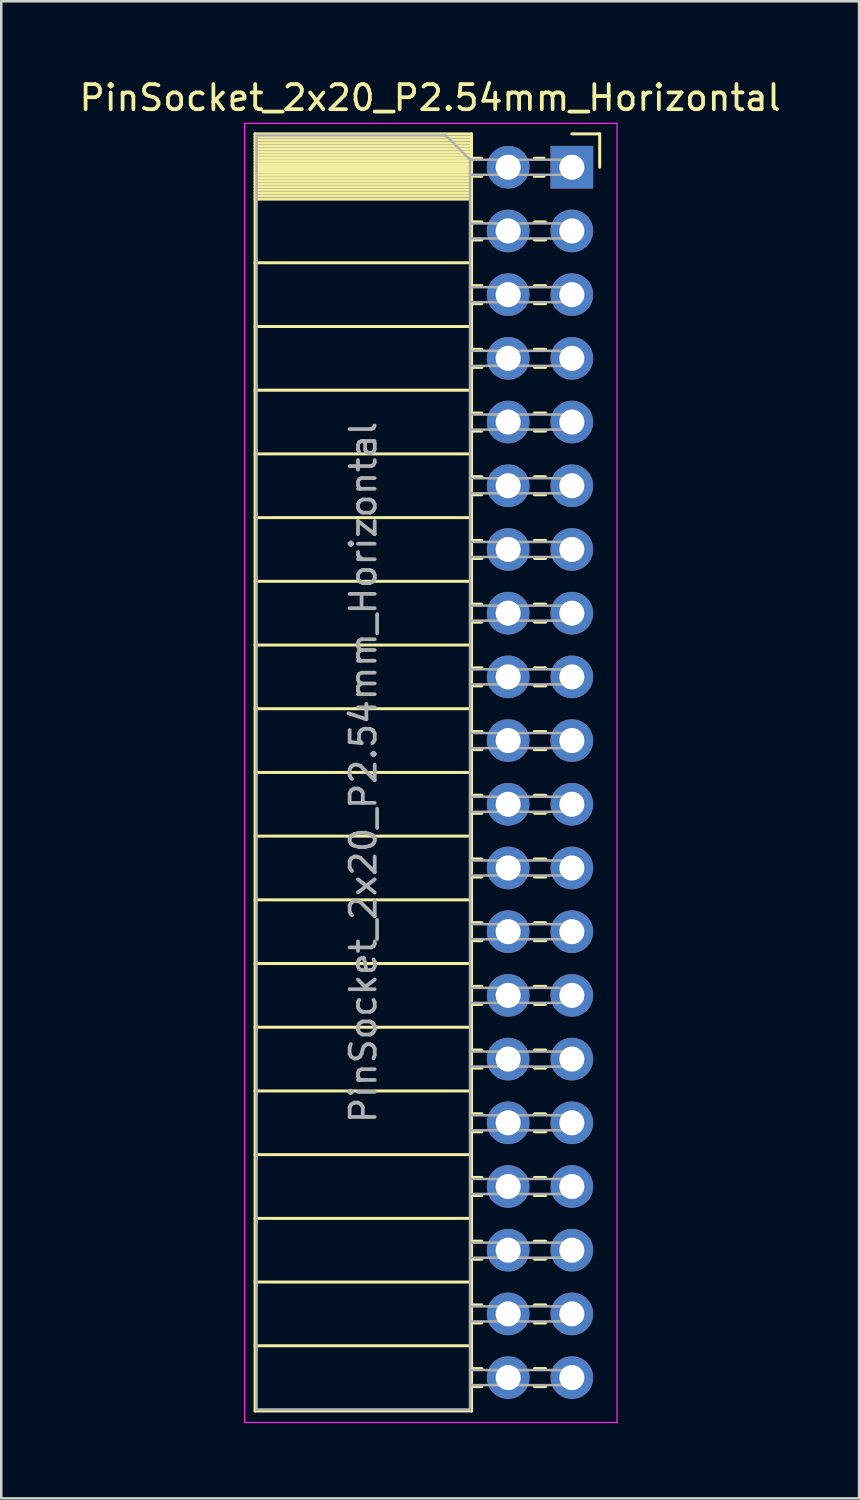
<source format=kicad_pcb>
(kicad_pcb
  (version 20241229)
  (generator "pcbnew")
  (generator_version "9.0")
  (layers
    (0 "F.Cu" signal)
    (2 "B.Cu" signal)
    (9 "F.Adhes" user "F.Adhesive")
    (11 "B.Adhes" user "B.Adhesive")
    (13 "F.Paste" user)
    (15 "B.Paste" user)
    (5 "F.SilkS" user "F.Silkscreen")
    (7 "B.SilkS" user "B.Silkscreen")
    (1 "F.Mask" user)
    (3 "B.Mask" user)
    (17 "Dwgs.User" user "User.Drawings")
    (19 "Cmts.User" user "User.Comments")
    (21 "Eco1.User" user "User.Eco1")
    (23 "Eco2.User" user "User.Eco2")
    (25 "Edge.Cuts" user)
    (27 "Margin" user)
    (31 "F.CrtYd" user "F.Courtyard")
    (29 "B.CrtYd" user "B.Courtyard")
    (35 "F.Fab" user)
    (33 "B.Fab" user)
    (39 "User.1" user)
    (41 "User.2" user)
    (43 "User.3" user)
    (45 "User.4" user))
  (footprint "PinSocket_2x20_P2.54mm_Horizontal"
    (layer "F.Cu")
    (at 19.751 3.618)
    (property "Reference" "PinSocket_2x20_P2.54mm_Horizontal" (at -5.65 -2.77 0) (layer "F.SilkS") (effects (font (size 1 1) (thickness 0.15))))
    (attr through_hole)
    (fp_line (start -12.63 -1.33) (end -12.63 49.59) (stroke (width 0.12) (type solid)) (layer "F.SilkS"))
    (fp_line (start -12.63 -1.33) (end -4 -1.33) (stroke (width 0.12) (type solid)) (layer "F.SilkS"))
    (fp_line (start -12.63 -1.21) (end -4 -1.21) (stroke (width 0.12) (type solid)) (layer "F.SilkS"))
    (fp_line (start -12.63 -1.092) (end -4 -1.092) (stroke (width 0.12) (type solid)) (layer "F.SilkS"))
    (fp_line (start -12.63 -0.974) (end -4 -0.974) (stroke (width 0.12) (type solid)) (layer "F.SilkS"))
    (fp_line (start -12.63 -0.856) (end -4 -0.856) (stroke (width 0.12) (type solid)) (layer "F.SilkS"))
    (fp_line (start -12.63 -0.738) (end -4 -0.738) (stroke (width 0.12) (type solid)) (layer "F.SilkS"))
    (fp_line (start -12.63 -0.62) (end -4 -0.62) (stroke (width 0.12) (type solid)) (layer "F.SilkS"))
    (fp_line (start -12.63 -0.501) (end -4 -0.501) (stroke (width 0.12) (type solid)) (layer "F.SilkS"))
    (fp_line (start -12.63 -0.383) (end -4 -0.383) (stroke (width 0.12) (type solid)) (layer "F.SilkS"))
    (fp_line (start -12.63 -0.265) (end -4 -0.265) (stroke (width 0.12) (type solid)) (layer "F.SilkS"))
    (fp_line (start -12.63 -0.147) (end -4 -0.147) (stroke (width 0.12) (type solid)) (layer "F.SilkS"))
    (fp_line (start -12.63 -0.029) (end -4 -0.029) (stroke (width 0.12) (type solid)) (layer "F.SilkS"))
    (fp_line (start -12.63 0.089) (end -4 0.089) (stroke (width 0.12) (type solid)) (layer "F.SilkS"))
    (fp_line (start -12.63 0.207) (end -4 0.207) (stroke (width 0.12) (type solid)) (layer "F.SilkS"))
    (fp_line (start -12.63 0.325) (end -4 0.325) (stroke (width 0.12) (type solid)) (layer "F.SilkS"))
    (fp_line (start -12.63 0.443) (end -4 0.443) (stroke (width 0.12) (type solid)) (layer "F.SilkS"))
    (fp_line (start -12.63 0.561) (end -4 0.561) (stroke (width 0.12) (type solid)) (layer "F.SilkS"))
    (fp_line (start -12.63 0.68) (end -4 0.68) (stroke (width 0.12) (type solid)) (layer "F.SilkS"))
    (fp_line (start -12.63 0.798) (end -4 0.798) (stroke (width 0.12) (type solid)) (layer "F.SilkS"))
    (fp_line (start -12.63 0.916) (end -4 0.916) (stroke (width 0.12) (type solid)) (layer "F.SilkS"))
    (fp_line (start -12.63 1.034) (end -4 1.034) (stroke (width 0.12) (type solid)) (layer "F.SilkS"))
    (fp_line (start -12.63 1.152) (end -4 1.152) (stroke (width 0.12) (type solid)) (layer "F.SilkS"))
    (fp_line (start -12.63 1.27) (end -4 1.27) (stroke (width 0.12) (type solid)) (layer "F.SilkS"))
    (fp_line (start -12.63 3.81) (end -4 3.81) (stroke (width 0.12) (type solid)) (layer "F.SilkS"))
    (fp_line (start -12.63 6.35) (end -4 6.35) (stroke (width 0.12) (type solid)) (layer "F.SilkS"))
    (fp_line (start -12.63 8.89) (end -4 8.89) (stroke (width 0.12) (type solid)) (layer "F.SilkS"))
    (fp_line (start -12.63 11.43) (end -4 11.43) (stroke (width 0.12) (type solid)) (layer "F.SilkS"))
    (fp_line (start -12.63 13.97) (end -4 13.97) (stroke (width 0.12) (type solid)) (layer "F.SilkS"))
    (fp_line (start -12.63 16.51) (end -4 16.51) (stroke (width 0.12) (type solid)) (layer "F.SilkS"))
    (fp_line (start -12.63 19.05) (end -4 19.05) (stroke (width 0.12) (type solid)) (layer "F.SilkS"))
    (fp_line (start -12.63 21.59) (end -4 21.59) (stroke (width 0.12) (type solid)) (layer "F.SilkS"))
    (fp_line (start -12.63 24.13) (end -4 24.13) (stroke (width 0.12) (type solid)) (layer "F.SilkS"))
    (fp_line (start -12.63 26.67) (end -4 26.67) (stroke (width 0.12) (type solid)) (layer "F.SilkS"))
    (fp_line (start -12.63 29.21) (end -4 29.21) (stroke (width 0.12) (type solid)) (layer "F.SilkS"))
    (fp_line (start -12.63 31.75) (end -4 31.75) (stroke (width 0.12) (type solid)) (layer "F.SilkS"))
    (fp_line (start -12.63 34.29) (end -4 34.29) (stroke (width 0.12) (type solid)) (layer "F.SilkS"))
    (fp_line (start -12.63 36.83) (end -4 36.83) (stroke (width 0.12) (type solid)) (layer "F.SilkS"))
    (fp_line (start -12.63 39.37) (end -4 39.37) (stroke (width 0.12) (type solid)) (layer "F.SilkS"))
    (fp_line (start -12.63 41.91) (end -4 41.91) (stroke (width 0.12) (type solid)) (layer "F.SilkS"))
    (fp_line (start -12.63 44.45) (end -4 44.45) (stroke (width 0.12) (type solid)) (layer "F.SilkS"))
    (fp_line (start -12.63 46.99) (end -4 46.99) (stroke (width 0.12) (type solid)) (layer "F.SilkS"))
    (fp_line (start -12.63 49.59) (end -4 49.59) (stroke (width 0.12) (type solid)) (layer "F.SilkS"))
    (fp_line (start -4 -1.33) (end -4 49.59) (stroke (width 0.12) (type solid)) (layer "F.SilkS"))
    (fp_line (start -4 -0.36) (end -3.59 -0.36) (stroke (width 0.12) (type solid)) (layer "F.SilkS"))
    (fp_line (start -4 0.36) (end -3.59 0.36) (stroke (width 0.12) (type solid)) (layer "F.SilkS"))
    (fp_line (start -4 2.18) (end -3.59 2.18) (stroke (width 0.12) (type solid)) (layer "F.SilkS"))
    (fp_line (start -4 2.9) (end -3.59 2.9) (stroke (width 0.12) (type solid)) (layer "F.SilkS"))
    (fp_line (start -4 4.72) (end -3.59 4.72) (stroke (width 0.12) (type solid)) (layer "F.SilkS"))
    (fp_line (start -4 5.44) (end -3.59 5.44) (stroke (width 0.12) (type solid)) (layer "F.SilkS"))
    (fp_line (start -4 7.26) (end -3.59 7.26) (stroke (width 0.12) (type solid)) (layer "F.SilkS"))
    (fp_line (start -4 7.98) (end -3.59 7.98) (stroke (width 0.12) (type solid)) (layer "F.SilkS"))
    (fp_line (start -4 9.8) (end -3.59 9.8) (stroke (width 0.12) (type solid)) (layer "F.SilkS"))
    (fp_line (start -4 10.52) (end -3.59 10.52) (stroke (width 0.12) (type solid)) (layer "F.SilkS"))
    (fp_line (start -4 12.34) (end -3.59 12.34) (stroke (width 0.12) (type solid)) (layer "F.SilkS"))
    (fp_line (start -4 13.06) (end -3.59 13.06) (stroke (width 0.12) (type solid)) (layer "F.SilkS"))
    (fp_line (start -4 14.88) (end -3.59 14.88) (stroke (width 0.12) (type solid)) (layer "F.SilkS"))
    (fp_line (start -4 15.6) (end -3.59 15.6) (stroke (width 0.12) (type solid)) (layer "F.SilkS"))
    (fp_line (start -4 17.42) (end -3.59 17.42) (stroke (width 0.12) (type solid)) (layer "F.SilkS"))
    (fp_line (start -4 18.14) (end -3.59 18.14) (stroke (width 0.12) (type solid)) (layer "F.SilkS"))
    (fp_line (start -4 19.96) (end -3.59 19.96) (stroke (width 0.12) (type solid)) (layer "F.SilkS"))
    (fp_line (start -4 20.68) (end -3.59 20.68) (stroke (width 0.12) (type solid)) (layer "F.SilkS"))
    (fp_line (start -4 22.5) (end -3.59 22.5) (stroke (width 0.12) (type solid)) (layer "F.SilkS"))
    (fp_line (start -4 23.22) (end -3.59 23.22) (stroke (width 0.12) (type solid)) (layer "F.SilkS"))
    (fp_line (start -4 25.04) (end -3.59 25.04) (stroke (width 0.12) (type solid)) (layer "F.SilkS"))
    (fp_line (start -4 25.76) (end -3.59 25.76) (stroke (width 0.12) (type solid)) (layer "F.SilkS"))
    (fp_line (start -4 27.58) (end -3.59 27.58) (stroke (width 0.12) (type solid)) (layer "F.SilkS"))
    (fp_line (start -4 28.3) (end -3.59 28.3) (stroke (width 0.12) (type solid)) (layer "F.SilkS"))
    (fp_line (start -4 30.12) (end -3.59 30.12) (stroke (width 0.12) (type solid)) (layer "F.SilkS"))
    (fp_line (start -4 30.84) (end -3.59 30.84) (stroke (width 0.12) (type solid)) (layer "F.SilkS"))
    (fp_line (start -4 32.66) (end -3.59 32.66) (stroke (width 0.12) (type solid)) (layer "F.SilkS"))
    (fp_line (start -4 33.38) (end -3.59 33.38) (stroke (width 0.12) (type solid)) (layer "F.SilkS"))
    (fp_line (start -4 35.2) (end -3.59 35.2) (stroke (width 0.12) (type solid)) (layer "F.SilkS"))
    (fp_line (start -4 35.92) (end -3.59 35.92) (stroke (width 0.12) (type solid)) (layer "F.SilkS"))
    (fp_line (start -4 37.74) (end -3.59 37.74) (stroke (width 0.12) (type solid)) (layer "F.SilkS"))
    (fp_line (start -4 38.46) (end -3.59 38.46) (stroke (width 0.12) (type solid)) (layer "F.SilkS"))
    (fp_line (start -4 40.28) (end -3.59 40.28) (stroke (width 0.12) (type solid)) (layer "F.SilkS"))
    (fp_line (start -4 41) (end -3.59 41) (stroke (width 0.12) (type solid)) (layer "F.SilkS"))
    (fp_line (start -4 42.82) (end -3.59 42.82) (stroke (width 0.12) (type solid)) (layer "F.SilkS"))
    (fp_line (start -4 43.54) (end -3.59 43.54) (stroke (width 0.12) (type solid)) (layer "F.SilkS"))
    (fp_line (start -4 45.36) (end -3.59 45.36) (stroke (width 0.12) (type solid)) (layer "F.SilkS"))
    (fp_line (start -4 46.08) (end -3.59 46.08) (stroke (width 0.12) (type solid)) (layer "F.SilkS"))
    (fp_line (start -4 47.9) (end -3.59 47.9) (stroke (width 0.12) (type solid)) (layer "F.SilkS"))
    (fp_line (start -4 48.62) (end -3.59 48.62) (stroke (width 0.12) (type solid)) (layer "F.SilkS"))
    (fp_line (start -1.49 -0.36) (end -1.11 -0.36) (stroke (width 0.12) (type solid)) (layer "F.SilkS"))
    (fp_line (start -1.49 0.36) (end -1.11 0.36) (stroke (width 0.12) (type solid)) (layer "F.SilkS"))
    (fp_line (start -1.49 2.18) (end -1.05 2.18) (stroke (width 0.12) (type solid)) (layer "F.SilkS"))
    (fp_line (start -1.49 2.9) (end -1.05 2.9) (stroke (width 0.12) (type solid)) (layer "F.SilkS"))
    (fp_line (start -1.49 4.72) (end -1.05 4.72) (stroke (width 0.12) (type solid)) (layer "F.SilkS"))
    (fp_line (start -1.49 5.44) (end -1.05 5.44) (stroke (width 0.12) (type solid)) (layer "F.SilkS"))
    (fp_line (start -1.49 7.26) (end -1.05 7.26) (stroke (width 0.12) (type solid)) (layer "F.SilkS"))
    (fp_line (start -1.49 7.98) (end -1.05 7.98) (stroke (width 0.12) (type solid)) (layer "F.SilkS"))
    (fp_line (start -1.49 9.8) (end -1.05 9.8) (stroke (width 0.12) (type solid)) (layer "F.SilkS"))
    (fp_line (start -1.49 10.52) (end -1.05 10.52) (stroke (width 0.12) (type solid)) (layer "F.SilkS"))
    (fp_line (start -1.49 12.34) (end -1.05 12.34) (stroke (width 0.12) (type solid)) (layer "F.SilkS"))
    (fp_line (start -1.49 13.06) (end -1.05 13.06) (stroke (width 0.12) (type solid)) (layer "F.SilkS"))
    (fp_line (start -1.49 14.88) (end -1.05 14.88) (stroke (width 0.12) (type solid)) (layer "F.SilkS"))
    (fp_line (start -1.49 15.6) (end -1.05 15.6) (stroke (width 0.12) (type solid)) (layer "F.SilkS"))
    (fp_line (start -1.49 17.42) (end -1.05 17.42) (stroke (width 0.12) (type solid)) (layer "F.SilkS"))
    (fp_line (start -1.49 18.14) (end -1.05 18.14) (stroke (width 0.12) (type solid)) (layer "F.SilkS"))
    (fp_line (start -1.49 19.96) (end -1.05 19.96) (stroke (width 0.12) (type solid)) (layer "F.SilkS"))
    (fp_line (start -1.49 20.68) (end -1.05 20.68) (stroke (width 0.12) (type solid)) (layer "F.SilkS"))
    (fp_line (start -1.49 22.5) (end -1.05 22.5) (stroke (width 0.12) (type solid)) (layer "F.SilkS"))
    (fp_line (start -1.49 23.22) (end -1.05 23.22) (stroke (width 0.12) (type solid)) (layer "F.SilkS"))
    (fp_line (start -1.49 25.04) (end -1.05 25.04) (stroke (width 0.12) (type solid)) (layer "F.SilkS"))
    (fp_line (start -1.49 25.76) (end -1.05 25.76) (stroke (width 0.12) (type solid)) (layer "F.SilkS"))
    (fp_line (start -1.49 27.58) (end -1.05 27.58) (stroke (width 0.12) (type solid)) (layer "F.SilkS"))
    (fp_line (start -1.49 28.3) (end -1.05 28.3) (stroke (width 0.12) (type solid)) (layer "F.SilkS"))
    (fp_line (start -1.49 30.12) (end -1.05 30.12) (stroke (width 0.12) (type solid)) (layer "F.SilkS"))
    (fp_line (start -1.49 30.84) (end -1.05 30.84) (stroke (width 0.12) (type solid)) (layer "F.SilkS"))
    (fp_line (start -1.49 32.66) (end -1.05 32.66) (stroke (width 0.12) (type solid)) (layer "F.SilkS"))
    (fp_line (start -1.49 33.38) (end -1.05 33.38) (stroke (width 0.12) (type solid)) (layer "F.SilkS"))
    (fp_line (start -1.49 35.2) (end -1.05 35.2) (stroke (width 0.12) (type solid)) (layer "F.SilkS"))
    (fp_line (start -1.49 35.92) (end -1.05 35.92) (stroke (width 0.12) (type solid)) (layer "F.SilkS"))
    (fp_line (start -1.49 37.74) (end -1.05 37.74) (stroke (width 0.12) (type solid)) (layer "F.SilkS"))
    (fp_line (start -1.49 38.46) (end -1.05 38.46) (stroke (width 0.12) (type solid)) (layer "F.SilkS"))
    (fp_line (start -1.49 40.28) (end -1.05 40.28) (stroke (width 0.12) (type solid)) (layer "F.SilkS"))
    (fp_line (start -1.49 41) (end -1.05 41) (stroke (width 0.12) (type solid)) (layer "F.SilkS"))
    (fp_line (start -1.49 42.82) (end -1.05 42.82) (stroke (width 0.12) (type solid)) (layer "F.SilkS"))
    (fp_line (start -1.49 43.54) (end -1.05 43.54) (stroke (width 0.12) (type solid)) (layer "F.SilkS"))
    (fp_line (start -1.49 45.36) (end -1.05 45.36) (stroke (width 0.12) (type solid)) (layer "F.SilkS"))
    (fp_line (start -1.49 46.08) (end -1.05 46.08) (stroke (width 0.12) (type solid)) (layer "F.SilkS"))
    (fp_line (start -1.49 47.9) (end -1.05 47.9) (stroke (width 0.12) (type solid)) (layer "F.SilkS"))
    (fp_line (start -1.49 48.62) (end -1.05 48.62) (stroke (width 0.12) (type solid)) (layer "F.SilkS"))
    (fp_line (start 0 -1.33) (end 1.11 -1.33) (stroke (width 0.12) (type solid)) (layer "F.SilkS"))
    (fp_line (start 1.11 -1.33) (end 1.11 0) (stroke (width 0.12) (type solid)) (layer "F.SilkS"))
    (fp_line (start -13.05 -1.75) (end -13.05 50.05) (stroke (width 0.05) (type solid)) (layer "F.CrtYd"))
    (fp_line (start -13.05 50.05) (end 1.8 50.05) (stroke (width 0.05) (type solid)) (layer "F.CrtYd"))
    (fp_line (start 1.8 -1.75) (end -13.05 -1.75) (stroke (width 0.05) (type solid)) (layer "F.CrtYd"))
    (fp_line (start 1.8 50.05) (end 1.8 -1.75) (stroke (width 0.05) (type solid)) (layer "F.CrtYd"))
    (fp_line (start -12.57 -1.27) (end -5.03 -1.27) (stroke (width 0.1) (type solid)) (layer "F.Fab"))
    (fp_line (start -12.57 49.53) (end -12.57 -1.27) (stroke (width 0.1) (type solid)) (layer "F.Fab"))
    (fp_line (start -5.03 -1.27) (end -4.06 -0.3) (stroke (width 0.1) (type solid)) (layer "F.Fab"))
    (fp_line (start -4.06 -0.3) (end -4.06 49.53) (stroke (width 0.1) (type solid)) (layer "F.Fab"))
    (fp_line (start -4.06 0.3) (end 0 0.3) (stroke (width 0.1) (type solid)) (layer "F.Fab"))
    (fp_line (start -4.06 2.84) (end 0 2.84) (stroke (width 0.1) (type solid)) (layer "F.Fab"))
    (fp_line (start -4.06 5.38) (end 0 5.38) (stroke (width 0.1) (type solid)) (layer "F.Fab"))
    (fp_line (start -4.06 7.92) (end 0 7.92) (stroke (width 0.1) (type solid)) (layer "F.Fab"))
    (fp_line (start -4.06 10.46) (end 0 10.46) (stroke (width 0.1) (type solid)) (layer "F.Fab"))
    (fp_line (start -4.06 13) (end 0 13) (stroke (width 0.1) (type solid)) (layer "F.Fab"))
    (fp_line (start -4.06 15.54) (end 0 15.54) (stroke (width 0.1) (type solid)) (layer "F.Fab"))
    (fp_line (start -4.06 18.08) (end 0 18.08) (stroke (width 0.1) (type solid)) (layer "F.Fab"))
    (fp_line (start -4.06 20.62) (end 0 20.62) (stroke (width 0.1) (type solid)) (layer "F.Fab"))
    (fp_line (start -4.06 23.16) (end 0 23.16) (stroke (width 0.1) (type solid)) (layer "F.Fab"))
    (fp_line (start -4.06 25.7) (end 0 25.7) (stroke (width 0.1) (type solid)) (layer "F.Fab"))
    (fp_line (start -4.06 28.24) (end 0 28.24) (stroke (width 0.1) (type solid)) (layer "F.Fab"))
    (fp_line (start -4.06 30.78) (end 0 30.78) (stroke (width 0.1) (type solid)) (layer "F.Fab"))
    (fp_line (start -4.06 33.32) (end 0 33.32) (stroke (width 0.1) (type solid)) (layer "F.Fab"))
    (fp_line (start -4.06 35.86) (end 0 35.86) (stroke (width 0.1) (type solid)) (layer "F.Fab"))
    (fp_line (start -4.06 38.4) (end 0 38.4) (stroke (width 0.1) (type solid)) (layer "F.Fab"))
    (fp_line (start -4.06 40.94) (end 0 40.94) (stroke (width 0.1) (type solid)) (layer "F.Fab"))
    (fp_line (start -4.06 43.48) (end 0 43.48) (stroke (width 0.1) (type solid)) (layer "F.Fab"))
    (fp_line (start -4.06 46.02) (end 0 46.02) (stroke (width 0.1) (type solid)) (layer "F.Fab"))
    (fp_line (start -4.06 48.56) (end 0 48.56) (stroke (width 0.1) (type solid)) (layer "F.Fab"))
    (fp_line (start -4.06 49.53) (end -12.57 49.53) (stroke (width 0.1) (type solid)) (layer "F.Fab"))
    (fp_line (start 0 -0.3) (end -4.06 -0.3) (stroke (width 0.1) (type solid)) (layer "F.Fab"))
    (fp_line (start 0 0.3) (end 0 -0.3) (stroke (width 0.1) (type solid)) (layer "F.Fab"))
    (fp_line (start 0 2.24) (end -4.06 2.24) (stroke (width 0.1) (type solid)) (layer "F.Fab"))
    (fp_line (start 0 2.84) (end 0 2.24) (stroke (width 0.1) (type solid)) (layer "F.Fab"))
    (fp_line (start 0 4.78) (end -4.06 4.78) (stroke (width 0.1) (type solid)) (layer "F.Fab"))
    (fp_line (start 0 5.38) (end 0 4.78) (stroke (width 0.1) (type solid)) (layer "F.Fab"))
    (fp_line (start 0 7.32) (end -4.06 7.32) (stroke (width 0.1) (type solid)) (layer "F.Fab"))
    (fp_line (start 0 7.92) (end 0 7.32) (stroke (width 0.1) (type solid)) (layer "F.Fab"))
    (fp_line (start 0 9.86) (end -4.06 9.86) (stroke (width 0.1) (type solid)) (layer "F.Fab"))
    (fp_line (start 0 10.46) (end 0 9.86) (stroke (width 0.1) (type solid)) (layer "F.Fab"))
    (fp_line (start 0 12.4) (end -4.06 12.4) (stroke (width 0.1) (type solid)) (layer "F.Fab"))
    (fp_line (start 0 13) (end 0 12.4) (stroke (width 0.1) (type solid)) (layer "F.Fab"))
    (fp_line (start 0 14.94) (end -4.06 14.94) (stroke (width 0.1) (type solid)) (layer "F.Fab"))
    (fp_line (start 0 15.54) (end 0 14.94) (stroke (width 0.1) (type solid)) (layer "F.Fab"))
    (fp_line (start 0 17.48) (end -4.06 17.48) (stroke (width 0.1) (type solid)) (layer "F.Fab"))
    (fp_line (start 0 18.08) (end 0 17.48) (stroke (width 0.1) (type solid)) (layer "F.Fab"))
    (fp_line (start 0 20.02) (end -4.06 20.02) (stroke (width 0.1) (type solid)) (layer "F.Fab"))
    (fp_line (start 0 20.62) (end 0 20.02) (stroke (width 0.1) (type solid)) (layer "F.Fab"))
    (fp_line (start 0 22.56) (end -4.06 22.56) (stroke (width 0.1) (type solid)) (layer "F.Fab"))
    (fp_line (start 0 23.16) (end 0 22.56) (stroke (width 0.1) (type solid)) (layer "F.Fab"))
    (fp_line (start 0 25.1) (end -4.06 25.1) (stroke (width 0.1) (type solid)) (layer "F.Fab"))
    (fp_line (start 0 25.7) (end 0 25.1) (stroke (width 0.1) (type solid)) (layer "F.Fab"))
    (fp_line (start 0 27.64) (end -4.06 27.64) (stroke (width 0.1) (type solid)) (layer "F.Fab"))
    (fp_line (start 0 28.24) (end 0 27.64) (stroke (width 0.1) (type solid)) (layer "F.Fab"))
    (fp_line (start 0 30.18) (end -4.06 30.18) (stroke (width 0.1) (type solid)) (layer "F.Fab"))
    (fp_line (start 0 30.78) (end 0 30.18) (stroke (width 0.1) (type solid)) (layer "F.Fab"))
    (fp_line (start 0 32.72) (end -4.06 32.72) (stroke (width 0.1) (type solid)) (layer "F.Fab"))
    (fp_line (start 0 33.32) (end 0 32.72) (stroke (width 0.1) (type solid)) (layer "F.Fab"))
    (fp_line (start 0 35.26) (end -4.06 35.26) (stroke (width 0.1) (type solid)) (layer "F.Fab"))
    (fp_line (start 0 35.86) (end 0 35.26) (stroke (width 0.1) (type solid)) (layer "F.Fab"))
    (fp_line (start 0 37.8) (end -4.06 37.8) (stroke (width 0.1) (type solid)) (layer "F.Fab"))
    (fp_line (start 0 38.4) (end 0 37.8) (stroke (width 0.1) (type solid)) (layer "F.Fab"))
    (fp_line (start 0 40.34) (end -4.06 40.34) (stroke (width 0.1) (type solid)) (layer "F.Fab"))
    (fp_line (start 0 40.94) (end 0 40.34) (stroke (width 0.1) (type solid)) (layer "F.Fab"))
    (fp_line (start 0 42.88) (end -4.06 42.88) (stroke (width 0.1) (type solid)) (layer "F.Fab"))
    (fp_line (start 0 43.48) (end 0 42.88) (stroke (width 0.1) (type solid)) (layer "F.Fab"))
    (fp_line (start 0 45.42) (end -4.06 45.42) (stroke (width 0.1) (type solid)) (layer "F.Fab"))
    (fp_line (start 0 46.02) (end 0 45.42) (stroke (width 0.1) (type solid)) (layer "F.Fab"))
    (fp_line (start 0 47.96) (end -4.06 47.96) (stroke (width 0.1) (type solid)) (layer "F.Fab"))
    (fp_line (start 0 48.56) (end 0 47.96) (stroke (width 0.1) (type solid)) (layer "F.Fab"))
    (fp_text user "${REFERENCE}" (at -8.315 24.13 90) (layer "F.Fab") (effects (font (size 1 1) (thickness 0.15))))
    (pad "1" thru_hole rect (at 0 0 180) (size 1.7 1.7) (drill 1) (layers "*.Cu" "*.Mask"))
    (pad "2" thru_hole oval (at -2.54 0 180) (size 1.7 1.7) (drill 1) (layers "*.Cu" "*.Mask"))
    (pad "3" thru_hole oval (at 0 2.54 180) (size 1.7 1.7) (drill 1) (layers "*.Cu" "*.Mask"))
    (pad "4" thru_hole oval (at -2.54 2.54 180) (size 1.7 1.7) (drill 1) (layers "*.Cu" "*.Mask"))
    (pad "5" thru_hole oval (at 0 5.08 180) (size 1.7 1.7) (drill 1) (layers "*.Cu" "*.Mask"))
    (pad "6" thru_hole oval (at -2.54 5.08 180) (size 1.7 1.7) (drill 1) (layers "*.Cu" "*.Mask"))
    (pad "7" thru_hole oval (at 0 7.62 180) (size 1.7 1.7) (drill 1) (layers "*.Cu" "*.Mask"))
    (pad "8" thru_hole oval (at -2.54 7.62 180) (size 1.7 1.7) (drill 1) (layers "*.Cu" "*.Mask"))
    (pad "9" thru_hole oval (at 0 10.16 180) (size 1.7 1.7) (drill 1) (layers "*.Cu" "*.Mask"))
    (pad "10" thru_hole oval (at -2.54 10.16 180) (size 1.7 1.7) (drill 1) (layers "*.Cu" "*.Mask"))
    (pad "11" thru_hole oval (at 0 12.7 180) (size 1.7 1.7) (drill 1) (layers "*.Cu" "*.Mask"))
    (pad "12" thru_hole oval (at -2.54 12.7 180) (size 1.7 1.7) (drill 1) (layers "*.Cu" "*.Mask"))
    (pad "13" thru_hole oval (at 0 15.24 180) (size 1.7 1.7) (drill 1) (layers "*.Cu" "*.Mask"))
    (pad "14" thru_hole oval (at -2.54 15.24 180) (size 1.7 1.7) (drill 1) (layers "*.Cu" "*.Mask"))
    (pad "15" thru_hole oval (at 0 17.78 180) (size 1.7 1.7) (drill 1) (layers "*.Cu" "*.Mask"))
    (pad "16" thru_hole oval (at -2.54 17.78 180) (size 1.7 1.7) (drill 1) (layers "*.Cu" "*.Mask"))
    (pad "17" thru_hole oval (at 0 20.32 180) (size 1.7 1.7) (drill 1) (layers "*.Cu" "*.Mask"))
    (pad "18" thru_hole oval (at -2.54 20.32 180) (size 1.7 1.7) (drill 1) (layers "*.Cu" "*.Mask"))
    (pad "19" thru_hole oval (at 0 22.86 180) (size 1.7 1.7) (drill 1) (layers "*.Cu" "*.Mask"))
    (pad "20" thru_hole oval (at -2.54 22.86 180) (size 1.7 1.7) (drill 1) (layers "*.Cu" "*.Mask"))
    (pad "21" thru_hole oval (at 0 25.4 180) (size 1.7 1.7) (drill 1) (layers "*.Cu" "*.Mask"))
    (pad "22" thru_hole oval (at -2.54 25.4 180) (size 1.7 1.7) (drill 1) (layers "*.Cu" "*.Mask"))
    (pad "23" thru_hole oval (at 0 27.94 180) (size 1.7 1.7) (drill 1) (layers "*.Cu" "*.Mask"))
    (pad "24" thru_hole oval (at -2.54 27.94 180) (size 1.7 1.7) (drill 1) (layers "*.Cu" "*.Mask"))
    (pad "25" thru_hole oval (at 0 30.48 180) (size 1.7 1.7) (drill 1) (layers "*.Cu" "*.Mask"))
    (pad "26" thru_hole oval (at -2.54 30.48 180) (size 1.7 1.7) (drill 1) (layers "*.Cu" "*.Mask"))
    (pad "27" thru_hole oval (at 0 33.02 180) (size 1.7 1.7) (drill 1) (layers "*.Cu" "*.Mask"))
    (pad "28" thru_hole oval (at -2.54 33.02 180) (size 1.7 1.7) (drill 1) (layers "*.Cu" "*.Mask"))
    (pad "29" thru_hole oval (at 0 35.56 180) (size 1.7 1.7) (drill 1) (layers "*.Cu" "*.Mask"))
    (pad "30" thru_hole oval (at -2.54 35.56 180) (size 1.7 1.7) (drill 1) (layers "*.Cu" "*.Mask"))
    (pad "31" thru_hole oval (at 0 38.1 180) (size 1.7 1.7) (drill 1) (layers "*.Cu" "*.Mask"))
    (pad "32" thru_hole oval (at -2.54 38.1 180) (size 1.7 1.7) (drill 1) (layers "*.Cu" "*.Mask"))
    (pad "33" thru_hole oval (at 0 40.64 180) (size 1.7 1.7) (drill 1) (layers "*.Cu" "*.Mask"))
    (pad "34" thru_hole oval (at -2.54 40.64 180) (size 1.7 1.7) (drill 1) (layers "*.Cu" "*.Mask"))
    (pad "35" thru_hole oval (at 0 43.18 180) (size 1.7 1.7) (drill 1) (layers "*.Cu" "*.Mask"))
    (pad "36" thru_hole oval (at -2.54 43.18 180) (size 1.7 1.7) (drill 1) (layers "*.Cu" "*.Mask"))
    (pad "37" thru_hole oval (at 0 45.72 180) (size 1.7 1.7) (drill 1) (layers "*.Cu" "*.Mask"))
    (pad "38" thru_hole oval (at -2.54 45.72 180) (size 1.7 1.7) (drill 1) (layers "*.Cu" "*.Mask"))
    (pad "39" thru_hole oval (at 0 48.26 180) (size 1.7 1.7) (drill 1) (layers "*.Cu" "*.Mask"))
    (pad "40" thru_hole oval (at -2.54 48.26 180) (size 1.7 1.7) (drill 1) (layers "*.Cu" "*.Mask")))
  (gr_rect
    (start -3 -3)
    (end 31.202 56.693)
    (stroke (width 0.1) (type default))
    (fill no)
    (layer "Edge.Cuts")))
</source>
